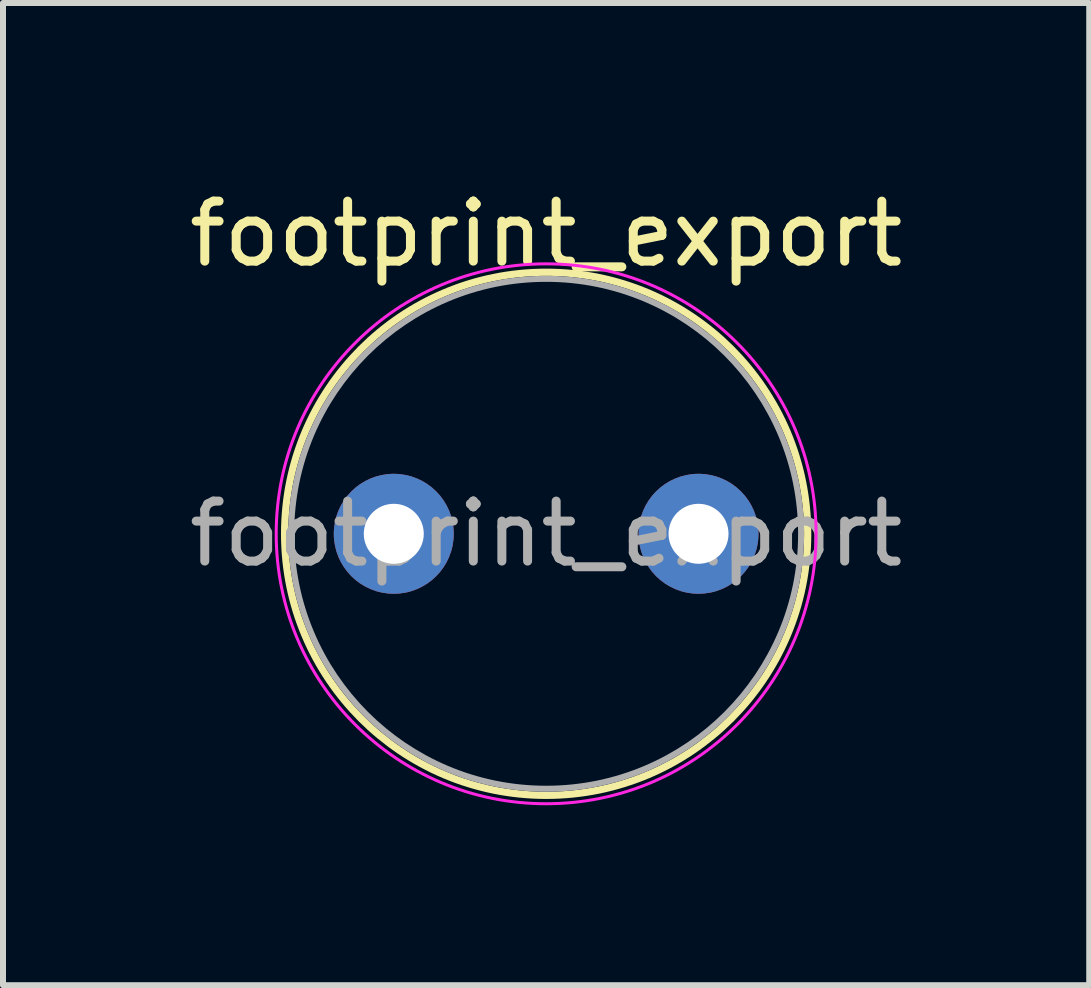
<source format=kicad_pcb>
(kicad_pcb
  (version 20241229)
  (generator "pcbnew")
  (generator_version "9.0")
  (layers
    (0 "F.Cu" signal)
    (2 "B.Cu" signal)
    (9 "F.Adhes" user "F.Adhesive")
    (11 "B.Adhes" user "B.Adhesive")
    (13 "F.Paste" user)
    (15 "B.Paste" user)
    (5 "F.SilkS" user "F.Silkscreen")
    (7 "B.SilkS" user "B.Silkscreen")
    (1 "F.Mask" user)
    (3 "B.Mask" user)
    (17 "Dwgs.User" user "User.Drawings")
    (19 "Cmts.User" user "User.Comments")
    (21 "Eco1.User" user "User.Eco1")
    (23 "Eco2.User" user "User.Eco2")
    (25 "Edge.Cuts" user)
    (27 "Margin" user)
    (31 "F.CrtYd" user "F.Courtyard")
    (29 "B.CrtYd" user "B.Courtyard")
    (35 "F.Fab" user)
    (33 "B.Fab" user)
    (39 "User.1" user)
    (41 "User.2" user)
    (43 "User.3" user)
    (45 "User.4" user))
  (footprint "footprint_export"
    (layer "F.Cu")
    (at 3.514 5.848)
    (property "Reference" "footprint_export" (at 2.54 -5 0) (layer "F.SilkS") (effects (font (size 1 1) (thickness 0.15))))
    (attr through_hole)
    (fp_circle (center 2.54 0) (end 6.9 0) (stroke (width 0.12) (type solid)) (fill no) (layer "F.SilkS"))
    (fp_circle (center 2.54 0) (end 7.04 0) (stroke (width 0.05) (type solid)) (fill no) (layer "F.CrtYd"))
    (fp_circle (center 2.54 0) (end 6.79 0) (stroke (width 0.1) (type solid)) (fill no) (layer "F.Fab"))
    (fp_text user "${REFERENCE}" (at 2.54 0 0) (layer "F.Fab") (effects (font (size 1 1) (thickness 0.15))))
    (pad "1" thru_hole circle (at 0 0) (size 2 2) (drill 1) (layers "*.Cu" "*.Mask"))
    (pad "2" thru_hole circle (at 5.08 0) (size 2 2) (drill 1) (layers "*.Cu" "*.Mask")))
  (gr_rect
    (start -3 -3)
    (end 15.107 13.373)
    (stroke (width 0.1) (type default))
    (fill no)
    (layer "Edge.Cuts")))
</source>
